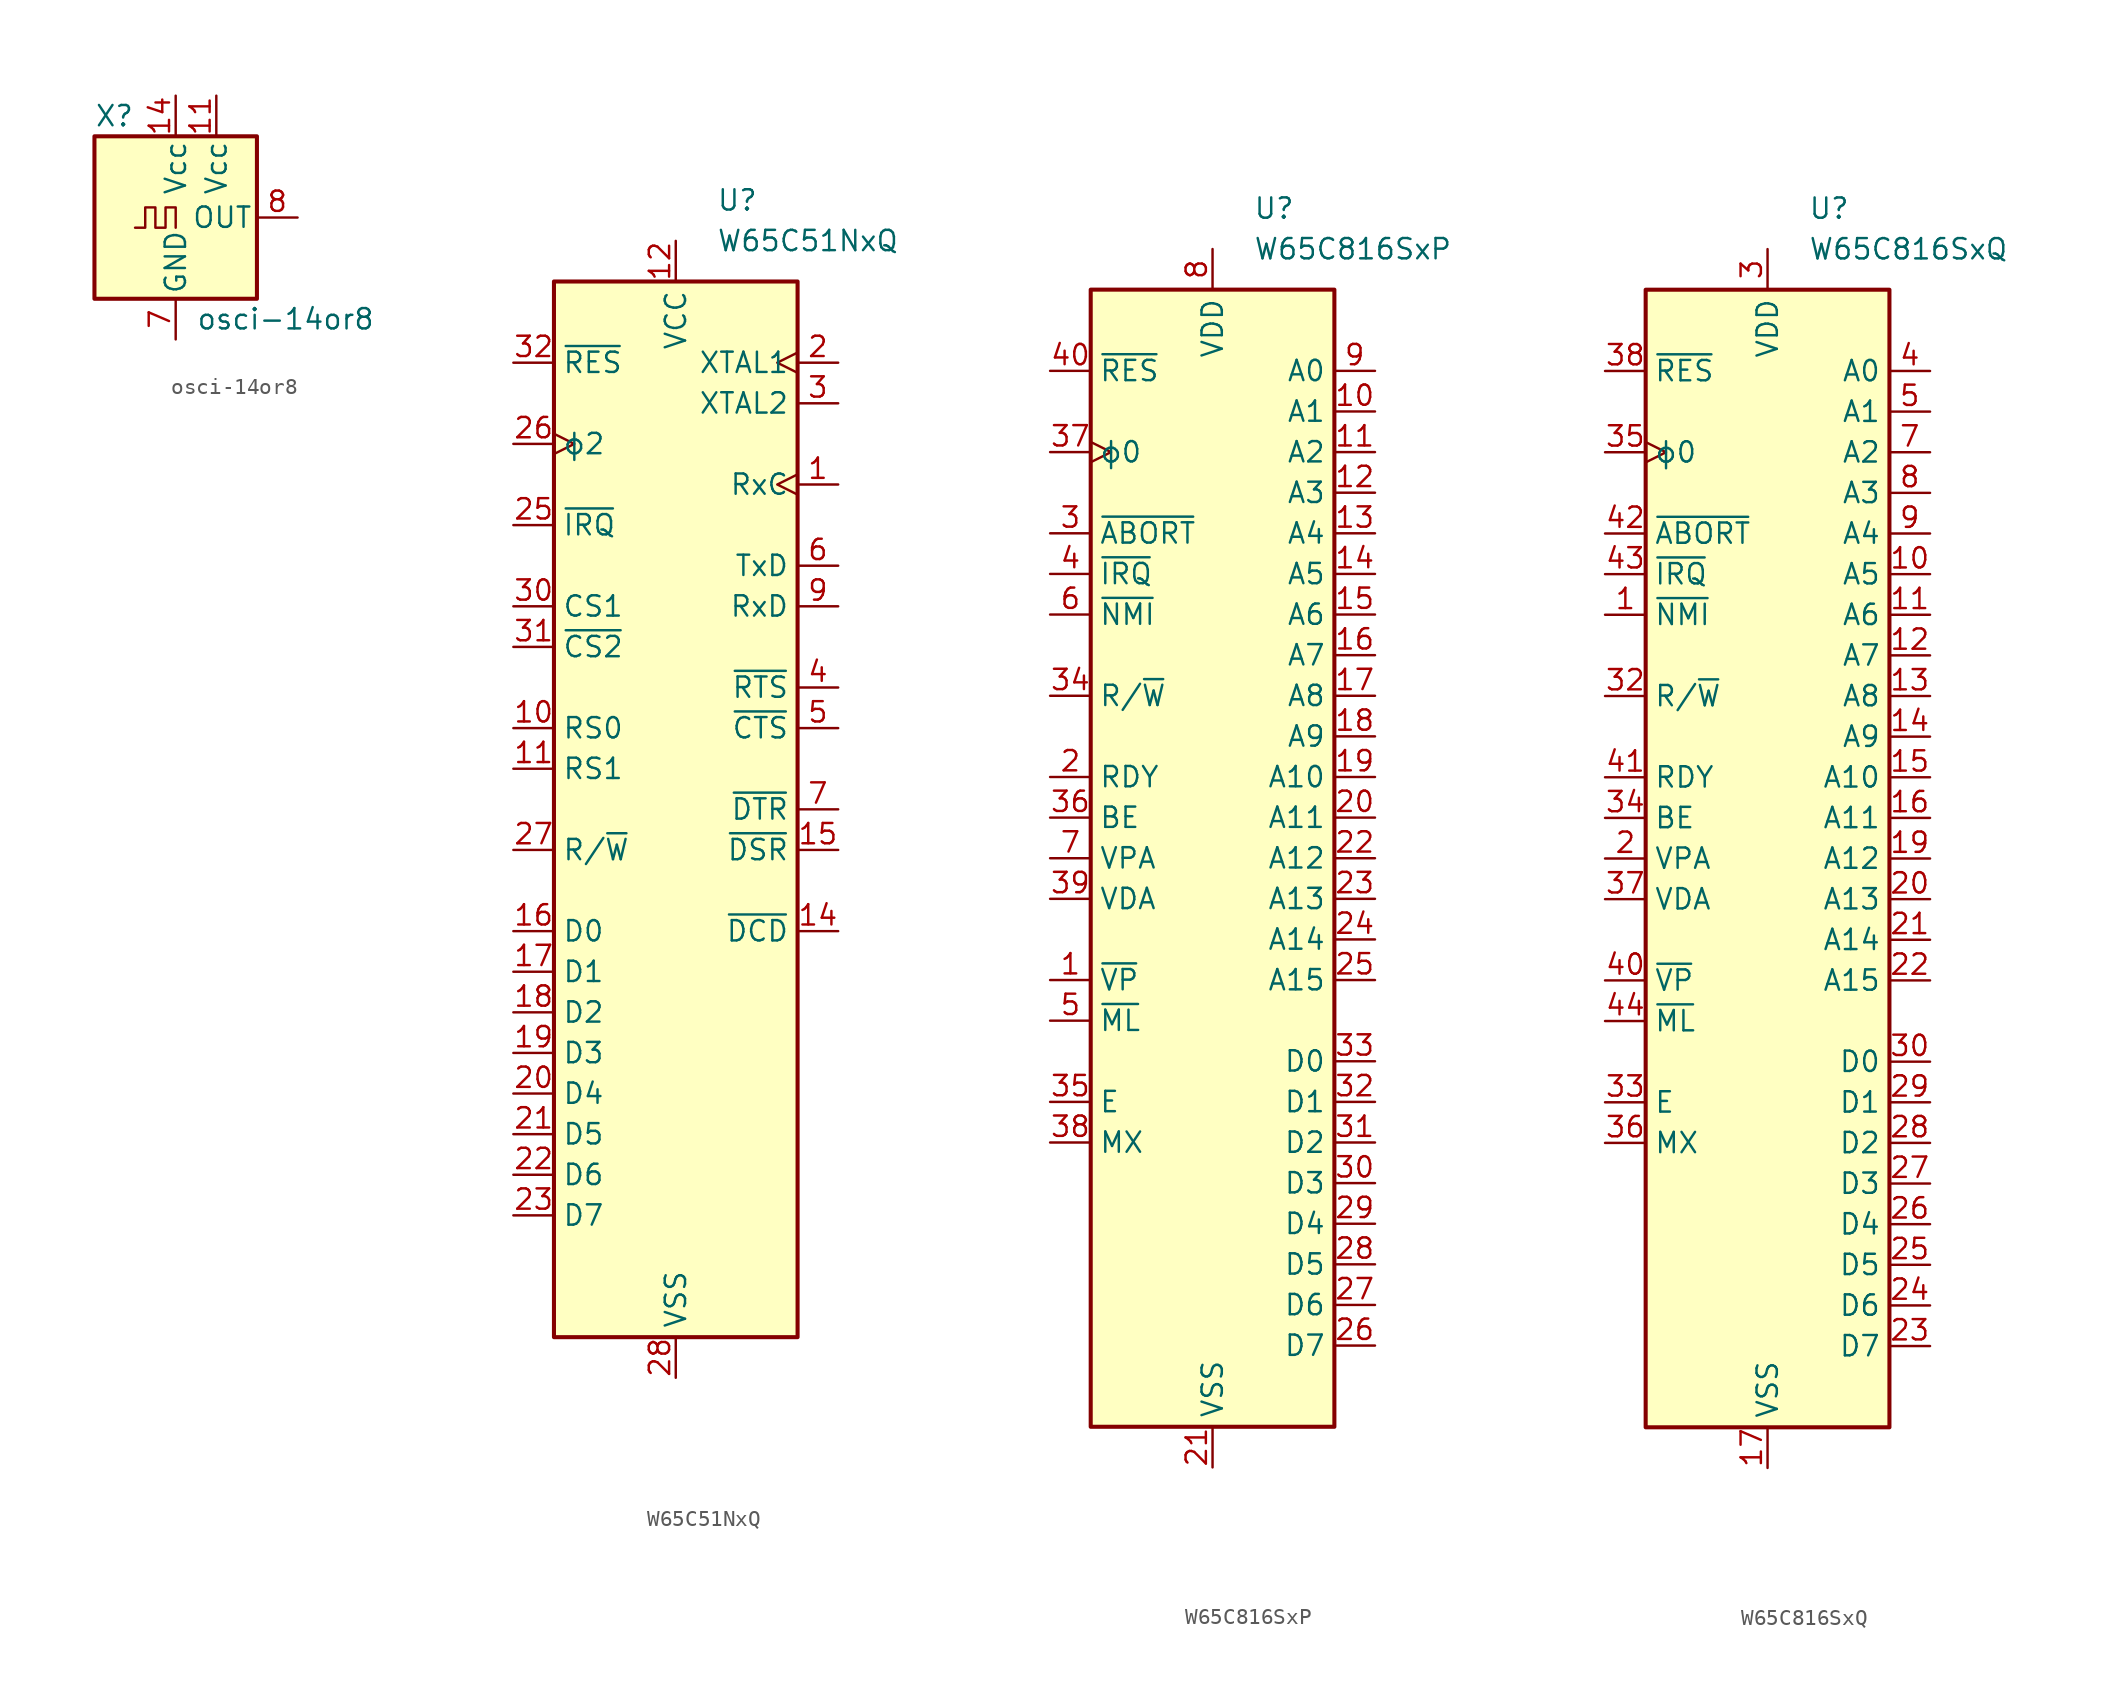
<source format=kicad_sym>
(kicad_symbol_lib
  (version 20220914)
  (generator kicad_symbol_editor)
  (symbol "osci-14or8"
    (pin_names
      (offset 0.254))
    (property "Reference" "X"
      (at -5.08 6.35 0)
      (effects (font (size 1.27 1.27)) (justify left)))
    (property "Value" "osci-14or8"
      (at 1.27 -6.35 0)
      (effects (font (size 1.27 1.27)) (justify left)))
    (symbol "osci-14or8_0_1"
      (rectangle (start -5.08 5.08) (end 5.08 -5.08) (stroke (width 0.254) (type default)) (fill (type background)))
      (polyline (pts (xy -2.54 -0.635) (xy -1.905 -0.635) (xy -1.905 0.635) (xy -1.27 0.635) (xy -1.27 -0.635) (xy -0.635 -0.635) (xy -0.635 0.635) (xy 0 0.635) (xy 0 -0.635)) (stroke (width 0) (type default)) (fill (type none))))
    (symbol "osci-14or8_1_1"
      (pin no_connect line (at -5.08 2.54 0) (length 2.54) hide (name "NC" (effects (font (size 1.27 1.27)))) (number "1" (effects (font (size 1.27 1.27)))))
      (pin power_in line (at 2.54 7.62 270) (length 2.54) (name "Vcc" (effects (font (size 1.27 1.27)))) (number "11" (effects (font (size 1.27 1.27)))))
      (pin power_in line (at 0 7.62 270) (length 2.54) (name "Vcc" (effects (font (size 1.27 1.27)))) (number "14" (effects (font (size 1.27 1.27)))))
      (pin power_in line (at 0 -7.62 90) (length 2.54) (name "GND" (effects (font (size 1.27 1.27)))) (number "7" (effects (font (size 1.27 1.27)))))
      (pin output line (at 7.62 0 180) (length 2.54) (name "OUT" (effects (font (size 1.27 1.27)))) (number "8" (effects (font (size 1.27 1.27)))))))
  (symbol "W65C51NxQ"
    (property "Reference" "U"
      (at 2.54 38.1 0)
      (effects (font (size 1.27 1.27)) (justify left)))
    (property "Value" "W65C51NxQ"
      (at 2.54 35.56 0)
      (effects (font (size 1.27 1.27)) (justify left)))
    (symbol "W65C51NxQ_0_1"
      (rectangle (start -7.62 33.02) (end 7.62 -33.02) (stroke (width 0.254) (type default)) (fill (type background))))
    (symbol "W65C51NxQ_1_1"
      (pin bidirectional clock (at 10.16 20.32 180) (length 2.54) (name "RxC" (effects (font (size 1.27 1.27)))) (number "1" (effects (font (size 1.27 1.27)))))
      (pin input line (at -10.16 5.08 0) (length 2.54) (name "RS0" (effects (font (size 1.27 1.27)))) (number "10" (effects (font (size 1.27 1.27)))))
      (pin input line (at -10.16 2.54 0) (length 2.54) (name "RS1" (effects (font (size 1.27 1.27)))) (number "11" (effects (font (size 1.27 1.27)))))
      (pin power_in line (at 0 35.56 270) (length 2.54) (name "VCC" (effects (font (size 1.27 1.27)))) (number "12" (effects (font (size 1.27 1.27)))))
      (pin passive line (at 0 35.56 270) (length 2.54) hide (name "VCC" (effects (font (size 1.27 1.27)))) (number "13" (effects (font (size 1.27 1.27)))))
      (pin input line (at 10.16 -7.62 180) (length 2.54) (name "~{DCD}" (effects (font (size 1.27 1.27)))) (number "14" (effects (font (size 1.27 1.27)))))
      (pin input line (at 10.16 -2.54 180) (length 2.54) (name "~{DSR}" (effects (font (size 1.27 1.27)))) (number "15" (effects (font (size 1.27 1.27)))))
      (pin bidirectional line (at -10.16 -7.62 0) (length 2.54) (name "D0" (effects (font (size 1.27 1.27)))) (number "16" (effects (font (size 1.27 1.27)))))
      (pin bidirectional line (at -10.16 -10.16 0) (length 2.54) (name "D1" (effects (font (size 1.27 1.27)))) (number "17" (effects (font (size 1.27 1.27)))))
      (pin bidirectional line (at -10.16 -12.7 0) (length 2.54) (name "D2" (effects (font (size 1.27 1.27)))) (number "18" (effects (font (size 1.27 1.27)))))
      (pin bidirectional line (at -10.16 -15.24 0) (length 2.54) (name "D3" (effects (font (size 1.27 1.27)))) (number "19" (effects (font (size 1.27 1.27)))))
      (pin input clock (at 10.16 27.94 180) (length 2.54) (name "XTAL1" (effects (font (size 1.27 1.27)))) (number "2" (effects (font (size 1.27 1.27)))))
      (pin bidirectional line (at -10.16 -17.78 0) (length 2.54) (name "D4" (effects (font (size 1.27 1.27)))) (number "20" (effects (font (size 1.27 1.27)))))
      (pin bidirectional line (at -10.16 -20.32 0) (length 2.54) (name "D5" (effects (font (size 1.27 1.27)))) (number "21" (effects (font (size 1.27 1.27)))))
      (pin bidirectional line (at -10.16 -22.86 0) (length 2.54) (name "D6" (effects (font (size 1.27 1.27)))) (number "22" (effects (font (size 1.27 1.27)))))
      (pin bidirectional line (at -10.16 -25.4 0) (length 2.54) (name "D7" (effects (font (size 1.27 1.27)))) (number "23" (effects (font (size 1.27 1.27)))))
      (pin no_connect non_logic (at 7.62 -25.4 180) (length 2.54) hide (name "nc" (effects (font (size 1.27 1.27)))) (number "24" (effects (font (size 1.27 1.27)))))
      (pin open_collector line (at -10.16 17.78 0) (length 2.54) (name "~{IRQ}" (effects (font (size 1.27 1.27)))) (number "25" (effects (font (size 1.27 1.27)))))
      (pin input clock (at -10.16 22.86 0) (length 2.54) (name "ϕ2" (effects (font (size 1.27 1.27)))) (number "26" (effects (font (size 1.27 1.27)))))
      (pin input line (at -10.16 -2.54 0) (length 2.54) (name "R/~{W}" (effects (font (size 1.27 1.27)))) (number "27" (effects (font (size 1.27 1.27)))))
      (pin power_in line (at 0 -35.56 90) (length 2.54) (name "VSS" (effects (font (size 1.27 1.27)))) (number "28" (effects (font (size 1.27 1.27)))))
      (pin passive line (at 0 -35.56 90) (length 2.54) hide (name "VSS" (effects (font (size 1.27 1.27)))) (number "29" (effects (font (size 1.27 1.27)))))
      (pin output line (at 10.16 25.4 180) (length 2.54) (name "XTAL2" (effects (font (size 1.27 1.27)))) (number "3" (effects (font (size 1.27 1.27)))))
      (pin input line (at -10.16 12.7 0) (length 2.54) (name "CS1" (effects (font (size 1.27 1.27)))) (number "30" (effects (font (size 1.27 1.27)))))
      (pin input line (at -10.16 10.16 0) (length 2.54) (name "~{CS2}" (effects (font (size 1.27 1.27)))) (number "31" (effects (font (size 1.27 1.27)))))
      (pin input line (at -10.16 27.94 0) (length 2.54) (name "~{RES}" (effects (font (size 1.27 1.27)))) (number "32" (effects (font (size 1.27 1.27)))))
      (pin output line (at 10.16 7.62 180) (length 2.54) (name "~{RTS}" (effects (font (size 1.27 1.27)))) (number "4" (effects (font (size 1.27 1.27)))))
      (pin input line (at 10.16 5.08 180) (length 2.54) (name "~{CTS}" (effects (font (size 1.27 1.27)))) (number "5" (effects (font (size 1.27 1.27)))))
      (pin output line (at 10.16 15.24 180) (length 2.54) (name "TxD" (effects (font (size 1.27 1.27)))) (number "6" (effects (font (size 1.27 1.27)))))
      (pin output line (at 10.16 0 180) (length 2.54) (name "~{DTR}" (effects (font (size 1.27 1.27)))) (number "7" (effects (font (size 1.27 1.27)))))
      (pin no_connect non_logic (at 7.62 -22.86 180) (length 2.54) hide (name "nc" (effects (font (size 1.27 1.27)))) (number "8" (effects (font (size 1.27 1.27)))))
      (pin input line (at 10.16 12.7 180) (length 2.54) (name "RxD" (effects (font (size 1.27 1.27)))) (number "9" (effects (font (size 1.27 1.27)))))))
  (symbol "W65C816SxP"
    (property "Reference" "U"
      (at 2.54 40.64 0)
      (effects (font (size 1.27 1.27)) (justify left)))
    (property "Value" "W65C816SxP"
      (at 2.54 38.1 0)
      (effects (font (size 1.27 1.27)) (justify left)))
    (symbol "W65C816SxP_0_1"
      (rectangle (start -7.62 35.56) (end 7.62 -35.56) (stroke (width 0.254) (type default)) (fill (type background))))
    (symbol "W65C816SxP_1_1"
      (pin output line (at -10.16 -7.62 0) (length 2.54) (name "~{VP}" (effects (font (size 1.27 1.27)))) (number "1" (effects (font (size 1.27 1.27)))))
      (pin tri_state line (at 10.16 27.94 180) (length 2.54) (name "A1" (effects (font (size 1.27 1.27)))) (number "10" (effects (font (size 1.27 1.27)))))
      (pin tri_state line (at 10.16 25.4 180) (length 2.54) (name "A2" (effects (font (size 1.27 1.27)))) (number "11" (effects (font (size 1.27 1.27)))))
      (pin tri_state line (at 10.16 22.86 180) (length 2.54) (name "A3" (effects (font (size 1.27 1.27)))) (number "12" (effects (font (size 1.27 1.27)))))
      (pin tri_state line (at 10.16 20.32 180) (length 2.54) (name "A4" (effects (font (size 1.27 1.27)))) (number "13" (effects (font (size 1.27 1.27)))))
      (pin tri_state line (at 10.16 17.78 180) (length 2.54) (name "A5" (effects (font (size 1.27 1.27)))) (number "14" (effects (font (size 1.27 1.27)))))
      (pin tri_state line (at 10.16 15.24 180) (length 2.54) (name "A6" (effects (font (size 1.27 1.27)))) (number "15" (effects (font (size 1.27 1.27)))))
      (pin tri_state line (at 10.16 12.7 180) (length 2.54) (name "A7" (effects (font (size 1.27 1.27)))) (number "16" (effects (font (size 1.27 1.27)))))
      (pin tri_state line (at 10.16 10.16 180) (length 2.54) (name "A8" (effects (font (size 1.27 1.27)))) (number "17" (effects (font (size 1.27 1.27)))))
      (pin tri_state line (at 10.16 7.62 180) (length 2.54) (name "A9" (effects (font (size 1.27 1.27)))) (number "18" (effects (font (size 1.27 1.27)))))
      (pin tri_state line (at 10.16 5.08 180) (length 2.54) (name "A10" (effects (font (size 1.27 1.27)))) (number "19" (effects (font (size 1.27 1.27)))))
      (pin open_collector line (at -10.16 5.08 0) (length 2.54) (name "RDY" (effects (font (size 1.27 1.27)))) (number "2" (effects (font (size 1.27 1.27)))))
      (pin tri_state line (at 10.16 2.54 180) (length 2.54) (name "A11" (effects (font (size 1.27 1.27)))) (number "20" (effects (font (size 1.27 1.27)))))
      (pin power_in line (at 0 -38.1 90) (length 2.54) (name "VSS" (effects (font (size 1.27 1.27)))) (number "21" (effects (font (size 1.27 1.27)))))
      (pin tri_state line (at 10.16 0 180) (length 2.54) (name "A12" (effects (font (size 1.27 1.27)))) (number "22" (effects (font (size 1.27 1.27)))))
      (pin tri_state line (at 10.16 -2.54 180) (length 2.54) (name "A13" (effects (font (size 1.27 1.27)))) (number "23" (effects (font (size 1.27 1.27)))))
      (pin tri_state line (at 10.16 -5.08 180) (length 2.54) (name "A14" (effects (font (size 1.27 1.27)))) (number "24" (effects (font (size 1.27 1.27)))))
      (pin tri_state line (at 10.16 -7.62 180) (length 2.54) (name "A15" (effects (font (size 1.27 1.27)))) (number "25" (effects (font (size 1.27 1.27)))))
      (pin bidirectional line (at 10.16 -30.48 180) (length 2.54) (name "D7" (effects (font (size 1.27 1.27)))) (number "26" (effects (font (size 1.27 1.27)))))
      (pin bidirectional line (at 10.16 -27.94 180) (length 2.54) (name "D6" (effects (font (size 1.27 1.27)))) (number "27" (effects (font (size 1.27 1.27)))))
      (pin bidirectional line (at 10.16 -25.4 180) (length 2.54) (name "D5" (effects (font (size 1.27 1.27)))) (number "28" (effects (font (size 1.27 1.27)))))
      (pin bidirectional line (at 10.16 -22.86 180) (length 2.54) (name "D4" (effects (font (size 1.27 1.27)))) (number "29" (effects (font (size 1.27 1.27)))))
      (pin input line (at -10.16 20.32 0) (length 2.54) (name "~{ABORT}" (effects (font (size 1.27 1.27)))) (number "3" (effects (font (size 1.27 1.27)))))
      (pin bidirectional line (at 10.16 -20.32 180) (length 2.54) (name "D3" (effects (font (size 1.27 1.27)))) (number "30" (effects (font (size 1.27 1.27)))))
      (pin bidirectional line (at 10.16 -17.78 180) (length 2.54) (name "D2" (effects (font (size 1.27 1.27)))) (number "31" (effects (font (size 1.27 1.27)))))
      (pin bidirectional line (at 10.16 -15.24 180) (length 2.54) (name "D1" (effects (font (size 1.27 1.27)))) (number "32" (effects (font (size 1.27 1.27)))))
      (pin bidirectional line (at 10.16 -12.7 180) (length 2.54) (name "D0" (effects (font (size 1.27 1.27)))) (number "33" (effects (font (size 1.27 1.27)))))
      (pin tri_state line (at -10.16 10.16 0) (length 2.54) (name "R/~{W}" (effects (font (size 1.27 1.27)))) (number "34" (effects (font (size 1.27 1.27)))))
      (pin output line (at -10.16 -15.24 0) (length 2.54) (name "E" (effects (font (size 1.27 1.27)))) (number "35" (effects (font (size 1.27 1.27)))))
      (pin input line (at -10.16 2.54 0) (length 2.54) (name "BE" (effects (font (size 1.27 1.27)))) (number "36" (effects (font (size 1.27 1.27)))))
      (pin input clock (at -10.16 25.4 0) (length 2.54) (name "ϕ0" (effects (font (size 1.27 1.27)))) (number "37" (effects (font (size 1.27 1.27)))))
      (pin output line (at -10.16 -17.78 0) (length 2.54) (name "MX" (effects (font (size 1.27 1.27)))) (number "38" (effects (font (size 1.27 1.27)))))
      (pin output line (at -10.16 -2.54 0) (length 2.54) (name "VDA" (effects (font (size 1.27 1.27)))) (number "39" (effects (font (size 1.27 1.27)))))
      (pin input line (at -10.16 17.78 0) (length 2.54) (name "~{IRQ}" (effects (font (size 1.27 1.27)))) (number "4" (effects (font (size 1.27 1.27)))))
      (pin input line (at -10.16 30.48 0) (length 2.54) (name "~{RES}" (effects (font (size 1.27 1.27)))) (number "40" (effects (font (size 1.27 1.27)))))
      (pin output line (at -10.16 -10.16 0) (length 2.54) (name "~{ML}" (effects (font (size 1.27 1.27)))) (number "5" (effects (font (size 1.27 1.27)))))
      (pin input line (at -10.16 15.24 0) (length 2.54) (name "~{NMI}" (effects (font (size 1.27 1.27)))) (number "6" (effects (font (size 1.27 1.27)))))
      (pin output line (at -10.16 0 0) (length 2.54) (name "VPA" (effects (font (size 1.27 1.27)))) (number "7" (effects (font (size 1.27 1.27)))))
      (pin power_in line (at 0 38.1 270) (length 2.54) (name "VDD" (effects (font (size 1.27 1.27)))) (number "8" (effects (font (size 1.27 1.27)))))
      (pin tri_state line (at 10.16 30.48 180) (length 2.54) (name "A0" (effects (font (size 1.27 1.27)))) (number "9" (effects (font (size 1.27 1.27)))))))
  (symbol "W65C816SxQ"
    (property "Reference" "U"
      (at 2.54 40.64 0)
      (effects (font (size 1.27 1.27)) (justify left)))
    (property "Value" "W65C816SxQ"
      (at 2.54 38.1 0)
      (effects (font (size 1.27 1.27)) (justify left)))
    (symbol "W65C816SxQ_0_1"
      (rectangle (start -7.62 35.56) (end 7.62 -35.56) (stroke (width 0.254) (type default)) (fill (type background))))
    (symbol "W65C816SxQ_1_1"
      (pin input line (at -10.16 15.24 0) (length 2.54) (name "~{NMI}" (effects (font (size 1.27 1.27)))) (number "1" (effects (font (size 1.27 1.27)))))
      (pin tri_state line (at 10.16 17.78 180) (length 2.54) (name "A5" (effects (font (size 1.27 1.27)))) (number "10" (effects (font (size 1.27 1.27)))))
      (pin tri_state line (at 10.16 15.24 180) (length 2.54) (name "A6" (effects (font (size 1.27 1.27)))) (number "11" (effects (font (size 1.27 1.27)))))
      (pin tri_state line (at 10.16 12.7 180) (length 2.54) (name "A7" (effects (font (size 1.27 1.27)))) (number "12" (effects (font (size 1.27 1.27)))))
      (pin tri_state line (at 10.16 10.16 180) (length 2.54) (name "A8" (effects (font (size 1.27 1.27)))) (number "13" (effects (font (size 1.27 1.27)))))
      (pin tri_state line (at 10.16 7.62 180) (length 2.54) (name "A9" (effects (font (size 1.27 1.27)))) (number "14" (effects (font (size 1.27 1.27)))))
      (pin tri_state line (at 10.16 5.08 180) (length 2.54) (name "A10" (effects (font (size 1.27 1.27)))) (number "15" (effects (font (size 1.27 1.27)))))
      (pin tri_state line (at 10.16 2.54 180) (length 2.54) (name "A11" (effects (font (size 1.27 1.27)))) (number "16" (effects (font (size 1.27 1.27)))))
      (pin power_in line (at 0 -38.1 90) (length 2.54) (name "VSS" (effects (font (size 1.27 1.27)))) (number "17" (effects (font (size 1.27 1.27)))))
      (pin passive line (at 0 -38.1 90) (length 2.54) hide (name "VSS" (effects (font (size 1.27 1.27)))) (number "18" (effects (font (size 1.27 1.27)))))
      (pin tri_state line (at 10.16 0 180) (length 2.54) (name "A12" (effects (font (size 1.27 1.27)))) (number "19" (effects (font (size 1.27 1.27)))))
      (pin output line (at -10.16 0 0) (length 2.54) (name "VPA" (effects (font (size 1.27 1.27)))) (number "2" (effects (font (size 1.27 1.27)))))
      (pin tri_state line (at 10.16 -2.54 180) (length 2.54) (name "A13" (effects (font (size 1.27 1.27)))) (number "20" (effects (font (size 1.27 1.27)))))
      (pin tri_state line (at 10.16 -5.08 180) (length 2.54) (name "A14" (effects (font (size 1.27 1.27)))) (number "21" (effects (font (size 1.27 1.27)))))
      (pin tri_state line (at 10.16 -7.62 180) (length 2.54) (name "A15" (effects (font (size 1.27 1.27)))) (number "22" (effects (font (size 1.27 1.27)))))
      (pin bidirectional line (at 10.16 -30.48 180) (length 2.54) (name "D7" (effects (font (size 1.27 1.27)))) (number "23" (effects (font (size 1.27 1.27)))))
      (pin bidirectional line (at 10.16 -27.94 180) (length 2.54) (name "D6" (effects (font (size 1.27 1.27)))) (number "24" (effects (font (size 1.27 1.27)))))
      (pin bidirectional line (at 10.16 -25.4 180) (length 2.54) (name "D5" (effects (font (size 1.27 1.27)))) (number "25" (effects (font (size 1.27 1.27)))))
      (pin bidirectional line (at 10.16 -22.86 180) (length 2.54) (name "D4" (effects (font (size 1.27 1.27)))) (number "26" (effects (font (size 1.27 1.27)))))
      (pin bidirectional line (at 10.16 -20.32 180) (length 2.54) (name "D3" (effects (font (size 1.27 1.27)))) (number "27" (effects (font (size 1.27 1.27)))))
      (pin bidirectional line (at 10.16 -17.78 180) (length 2.54) (name "D2" (effects (font (size 1.27 1.27)))) (number "28" (effects (font (size 1.27 1.27)))))
      (pin bidirectional line (at 10.16 -15.24 180) (length 2.54) (name "D1" (effects (font (size 1.27 1.27)))) (number "29" (effects (font (size 1.27 1.27)))))
      (pin power_in line (at 0 38.1 270) (length 2.54) (name "VDD" (effects (font (size 1.27 1.27)))) (number "3" (effects (font (size 1.27 1.27)))))
      (pin bidirectional line (at 10.16 -12.7 180) (length 2.54) (name "D0" (effects (font (size 1.27 1.27)))) (number "30" (effects (font (size 1.27 1.27)))))
      (pin passive line (at 0 38.1 270) (length 2.54) hide (name "VDD" (effects (font (size 1.27 1.27)))) (number "31" (effects (font (size 1.27 1.27)))))
      (pin tri_state line (at -10.16 10.16 0) (length 2.54) (name "R/~{W}" (effects (font (size 1.27 1.27)))) (number "32" (effects (font (size 1.27 1.27)))))
      (pin output line (at -10.16 -15.24 0) (length 2.54) (name "E" (effects (font (size 1.27 1.27)))) (number "33" (effects (font (size 1.27 1.27)))))
      (pin input line (at -10.16 2.54 0) (length 2.54) (name "BE" (effects (font (size 1.27 1.27)))) (number "34" (effects (font (size 1.27 1.27)))))
      (pin input clock (at -10.16 25.4 0) (length 2.54) (name "ϕ0" (effects (font (size 1.27 1.27)))) (number "35" (effects (font (size 1.27 1.27)))))
      (pin output line (at -10.16 -17.78 0) (length 2.54) (name "MX" (effects (font (size 1.27 1.27)))) (number "36" (effects (font (size 1.27 1.27)))))
      (pin output line (at -10.16 -2.54 0) (length 2.54) (name "VDA" (effects (font (size 1.27 1.27)))) (number "37" (effects (font (size 1.27 1.27)))))
      (pin input line (at -10.16 30.48 0) (length 2.54) (name "~{RES}" (effects (font (size 1.27 1.27)))) (number "38" (effects (font (size 1.27 1.27)))))
      (pin passive line (at 0 -38.1 90) (length 2.54) hide (name "VSS" (effects (font (size 1.27 1.27)))) (number "39" (effects (font (size 1.27 1.27)))))
      (pin tri_state line (at 10.16 30.48 180) (length 2.54) (name "A0" (effects (font (size 1.27 1.27)))) (number "4" (effects (font (size 1.27 1.27)))))
      (pin output line (at -10.16 -7.62 0) (length 2.54) (name "~{VP}" (effects (font (size 1.27 1.27)))) (number "40" (effects (font (size 1.27 1.27)))))
      (pin open_collector line (at -10.16 5.08 0) (length 2.54) (name "RDY" (effects (font (size 1.27 1.27)))) (number "41" (effects (font (size 1.27 1.27)))))
      (pin input line (at -10.16 20.32 0) (length 2.54) (name "~{ABORT}" (effects (font (size 1.27 1.27)))) (number "42" (effects (font (size 1.27 1.27)))))
      (pin input line (at -10.16 17.78 0) (length 2.54) (name "~{IRQ}" (effects (font (size 1.27 1.27)))) (number "43" (effects (font (size 1.27 1.27)))))
      (pin output line (at -10.16 -10.16 0) (length 2.54) (name "~{ML}" (effects (font (size 1.27 1.27)))) (number "44" (effects (font (size 1.27 1.27)))))
      (pin tri_state line (at 10.16 27.94 180) (length 2.54) (name "A1" (effects (font (size 1.27 1.27)))) (number "5" (effects (font (size 1.27 1.27)))))
      (pin no_connect non_logic (at -7.62 -22.86 0) (length 2.54) hide (name "nc" (effects (font (size 1.27 1.27)))) (number "6" (effects (font (size 1.27 1.27)))))
      (pin tri_state line (at 10.16 25.4 180) (length 2.54) (name "A2" (effects (font (size 1.27 1.27)))) (number "7" (effects (font (size 1.27 1.27)))))
      (pin tri_state line (at 10.16 22.86 180) (length 2.54) (name "A3" (effects (font (size 1.27 1.27)))) (number "8" (effects (font (size 1.27 1.27)))))
      (pin tri_state line (at 10.16 20.32 180) (length 2.54) (name "A4" (effects (font (size 1.27 1.27)))) (number "9" (effects (font (size 1.27 1.27))))))))
</source>
